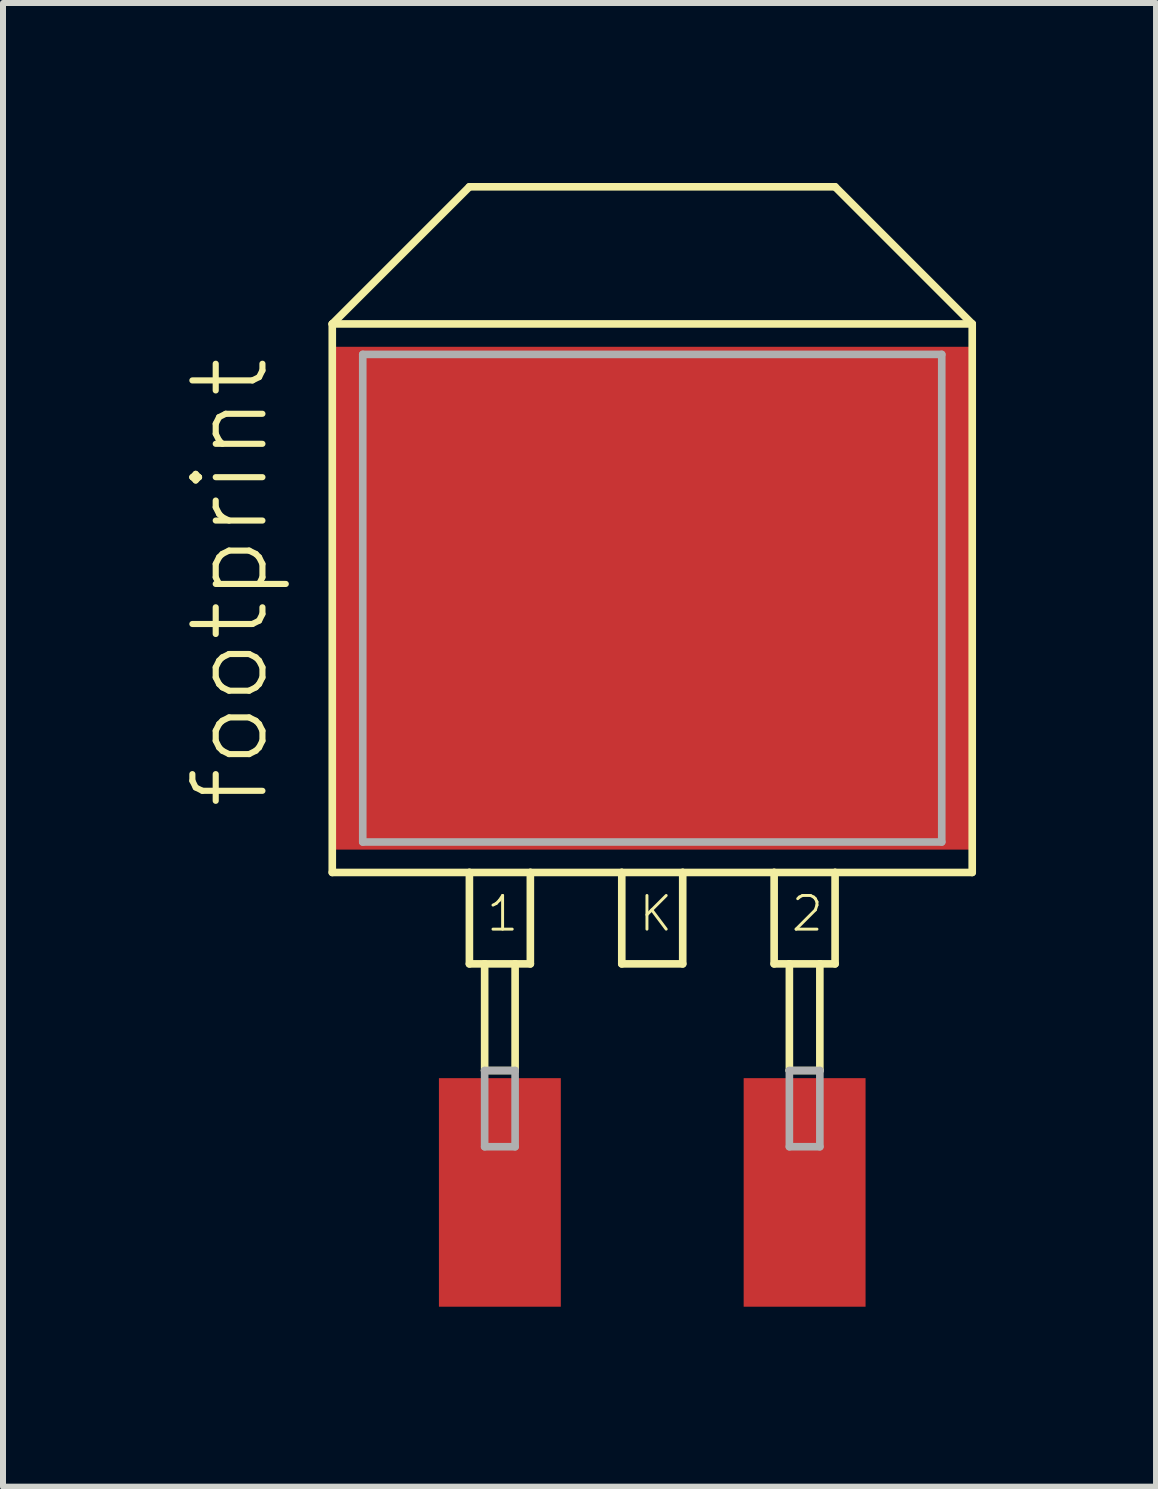
<source format=kicad_pcb>
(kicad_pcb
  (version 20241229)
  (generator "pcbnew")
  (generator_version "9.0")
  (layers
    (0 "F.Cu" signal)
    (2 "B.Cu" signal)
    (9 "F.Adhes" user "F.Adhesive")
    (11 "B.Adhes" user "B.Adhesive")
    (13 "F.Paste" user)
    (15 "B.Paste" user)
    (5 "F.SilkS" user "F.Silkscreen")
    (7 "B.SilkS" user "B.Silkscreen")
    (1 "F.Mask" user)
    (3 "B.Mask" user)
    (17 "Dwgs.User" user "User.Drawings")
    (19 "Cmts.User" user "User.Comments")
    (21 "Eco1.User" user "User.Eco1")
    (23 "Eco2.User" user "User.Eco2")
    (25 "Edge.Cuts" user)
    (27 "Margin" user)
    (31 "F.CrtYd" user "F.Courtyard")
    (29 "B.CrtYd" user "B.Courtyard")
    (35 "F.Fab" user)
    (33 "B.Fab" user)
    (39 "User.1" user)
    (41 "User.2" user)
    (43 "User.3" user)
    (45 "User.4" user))
  (footprint "footprint"
    (layer "F.Cu")
    (at 7.823 16.828)
    (property "Reference" "footprint" (at -6.35 -6.35 90) (layer "F.SilkS") (effects (font (size 1.168 1.168) (thickness 0.102)) (justify left bottom)))
    (fp_line (start -5.334 -14.478) (end -3.048 -16.764) (stroke (width 0.127) (type solid)) (layer "F.SilkS"))
    (fp_line (start -5.334 -14.478) (end 5.334 -14.478) (stroke (width 0.127) (type solid)) (layer "F.SilkS"))
    (fp_line (start -5.334 -5.334) (end -5.334 -14.478) (stroke (width 0.127) (type solid)) (layer "F.SilkS"))
    (fp_line (start -5.334 -5.334) (end -3.048 -5.334) (stroke (width 0.127) (type solid)) (layer "F.SilkS"))
    (fp_line (start -3.048 -16.764) (end 3.048 -16.764) (stroke (width 0.127) (type solid)) (layer "F.SilkS"))
    (fp_line (start -3.048 -5.334) (end -2.032 -5.334) (stroke (width 0.127) (type solid)) (layer "F.SilkS"))
    (fp_line (start -3.048 -3.81) (end -3.048 -5.334) (stroke (width 0.127) (type solid)) (layer "F.SilkS"))
    (fp_line (start -3.048 -3.81) (end -2.794 -3.81) (stroke (width 0.127) (type solid)) (layer "F.SilkS"))
    (fp_line (start -2.794 -3.81) (end -2.794 -2.032) (stroke (width 0.127) (type solid)) (layer "F.SilkS"))
    (fp_line (start -2.794 -3.81) (end -2.286 -3.81) (stroke (width 0.127) (type solid)) (layer "F.SilkS"))
    (fp_line (start -2.794 -2.032) (end -2.286 -2.032) (stroke (width 0.127) (type solid)) (layer "F.SilkS"))
    (fp_line (start -2.286 -3.81) (end -2.032 -3.81) (stroke (width 0.127) (type solid)) (layer "F.SilkS"))
    (fp_line (start -2.286 -2.032) (end -2.286 -3.81) (stroke (width 0.127) (type solid)) (layer "F.SilkS"))
    (fp_line (start -2.032 -5.334) (end -0.508 -5.334) (stroke (width 0.127) (type solid)) (layer "F.SilkS"))
    (fp_line (start -2.032 -3.81) (end -2.032 -5.334) (stroke (width 0.127) (type solid)) (layer "F.SilkS"))
    (fp_line (start -0.508 -5.334) (end 0.508 -5.334) (stroke (width 0.127) (type solid)) (layer "F.SilkS"))
    (fp_line (start -0.508 -3.81) (end -0.508 -5.334) (stroke (width 0.127) (type solid)) (layer "F.SilkS"))
    (fp_line (start -0.508 -3.81) (end 0.508 -3.81) (stroke (width 0.127) (type solid)) (layer "F.SilkS"))
    (fp_line (start 0.508 -5.334) (end 2.032 -5.334) (stroke (width 0.127) (type solid)) (layer "F.SilkS"))
    (fp_line (start 0.508 -3.81) (end 0.508 -5.334) (stroke (width 0.127) (type solid)) (layer "F.SilkS"))
    (fp_line (start 2.032 -5.334) (end 3.048 -5.334) (stroke (width 0.127) (type solid)) (layer "F.SilkS"))
    (fp_line (start 2.032 -3.81) (end 2.032 -5.334) (stroke (width 0.127) (type solid)) (layer "F.SilkS"))
    (fp_line (start 2.032 -3.81) (end 2.286 -3.81) (stroke (width 0.127) (type solid)) (layer "F.SilkS"))
    (fp_line (start 2.286 -3.81) (end 2.286 -2.032) (stroke (width 0.127) (type solid)) (layer "F.SilkS"))
    (fp_line (start 2.286 -3.81) (end 2.794 -3.81) (stroke (width 0.127) (type solid)) (layer "F.SilkS"))
    (fp_line (start 2.286 -2.032) (end 2.794 -2.032) (stroke (width 0.127) (type solid)) (layer "F.SilkS"))
    (fp_line (start 2.794 -3.81) (end 3.048 -3.81) (stroke (width 0.127) (type solid)) (layer "F.SilkS"))
    (fp_line (start 2.794 -2.032) (end 2.794 -3.81) (stroke (width 0.127) (type solid)) (layer "F.SilkS"))
    (fp_line (start 3.048 -5.334) (end 5.334 -5.334) (stroke (width 0.127) (type solid)) (layer "F.SilkS"))
    (fp_line (start 3.048 -3.81) (end 3.048 -5.334) (stroke (width 0.127) (type solid)) (layer "F.SilkS"))
    (fp_line (start 5.334 -14.478) (end 3.048 -16.764) (stroke (width 0.127) (type solid)) (layer "F.SilkS"))
    (fp_line (start 5.334 -5.334) (end 5.334 -14.478) (stroke (width 0.127) (type solid)) (layer "F.SilkS"))
    (fp_line (start -4.826 -13.97) (end 4.826 -13.97) (stroke (width 0.127) (type solid)) (layer "F.Fab"))
    (fp_line (start -4.826 -5.842) (end -4.826 -13.97) (stroke (width 0.127) (type solid)) (layer "F.Fab"))
    (fp_line (start -2.794 -2.032) (end -2.794 -0.762) (stroke (width 0.127) (type solid)) (layer "F.Fab"))
    (fp_line (start -2.794 -2.032) (end -2.286 -2.032) (stroke (width 0.127) (type solid)) (layer "F.Fab"))
    (fp_line (start -2.794 -0.762) (end -2.286 -0.762) (stroke (width 0.127) (type solid)) (layer "F.Fab"))
    (fp_line (start -2.286 -0.762) (end -2.286 -2.032) (stroke (width 0.127) (type solid)) (layer "F.Fab"))
    (fp_line (start 2.286 -2.032) (end 2.286 -0.762) (stroke (width 0.127) (type solid)) (layer "F.Fab"))
    (fp_line (start 2.286 -0.762) (end 2.794 -0.762) (stroke (width 0.127) (type solid)) (layer "F.Fab"))
    (fp_line (start 2.794 -2.032) (end 2.286 -2.032) (stroke (width 0.127) (type solid)) (layer "F.Fab"))
    (fp_line (start 2.794 -0.762) (end 2.794 -2.032) (stroke (width 0.127) (type solid)) (layer "F.Fab"))
    (fp_line (start 4.826 -13.97) (end 4.826 -5.842) (stroke (width 0.127) (type solid)) (layer "F.Fab"))
    (fp_line (start 4.826 -5.842) (end -4.826 -5.842) (stroke (width 0.127) (type solid)) (layer "F.Fab"))
    (fp_text user "1" (at -2.794 -4.318 0) (layer "F.SilkS") (effects (font (size 0.561 0.561) (thickness 0.049)) (justify left bottom)))
    (fp_text user "K" (at -0.254 -4.318 0) (layer "F.SilkS") (effects (font (size 0.561 0.561) (thickness 0.049)) (justify left bottom)))
    (fp_text user "2" (at 2.286 -4.318 0) (layer "F.SilkS") (effects (font (size 0.561 0.561) (thickness 0.049)) (justify left bottom)))
    (pad "1" smd rect (at -2.54 0) (size 2.032 3.81) (layers "F.Cu" "F.Mask" "F.Paste"))
    (pad "2" smd rect (at 2.54 0) (size 2.032 3.81) (layers "F.Cu" "F.Mask" "F.Paste"))
    (pad "K" smd rect (at 0 -9.906) (size 10.668 8.382) (layers "F.Cu" "F.Mask" "F.Paste")))
  (gr_rect
    (start -3 -3)
    (end 16.221 21.733)
    (stroke (width 0.1) (type default))
    (fill no)
    (layer "Edge.Cuts")))
</source>
